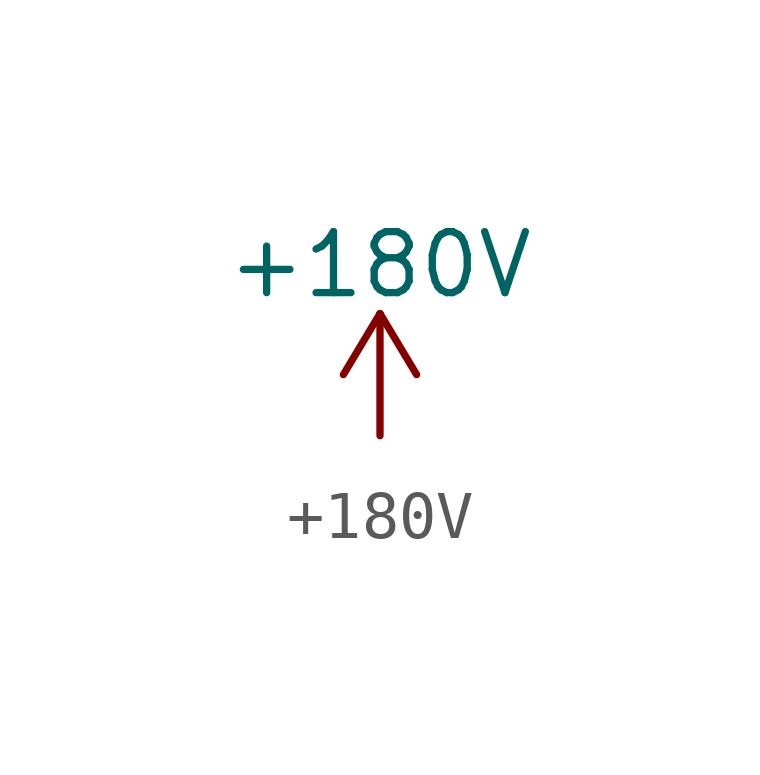
<source format=kicad_sym>
(kicad_symbol_lib
  (version 20211014)
  (generator kicad_symbol_editor)
  (symbol "+180V"
    (power)
    (pin_names
      (offset 0))
    (property "Reference" "#PWR"
      (at 0 -3.81 0)
      (effects (font (size 1.27 1.27)) hide))
    (property "Value" "+180V"
      (at 0 3.556 0)
      (effects (font (size 1.27 1.27))))
    (symbol "+180V_0_1"
      (polyline (pts (xy -0.762 1.27) (xy 0 2.54)) (stroke (width 0) (type default) (color 0 0 0 0)) (fill (type none)))
      (polyline (pts (xy 0 0) (xy 0 2.54)) (stroke (width 0) (type default) (color 0 0 0 0)) (fill (type none)))
      (polyline (pts (xy 0 2.54) (xy 0.762 1.27)) (stroke (width 0) (type default) (color 0 0 0 0)) (fill (type none))))
    (symbol "+180V_1_1"
      (pin power_in line (at 0 0 90) (length 0) hide (name "180V" (effects (font (size 1.27 1.27)))) (number "1" (effects (font (size 1.27 1.27))))))))
</source>
